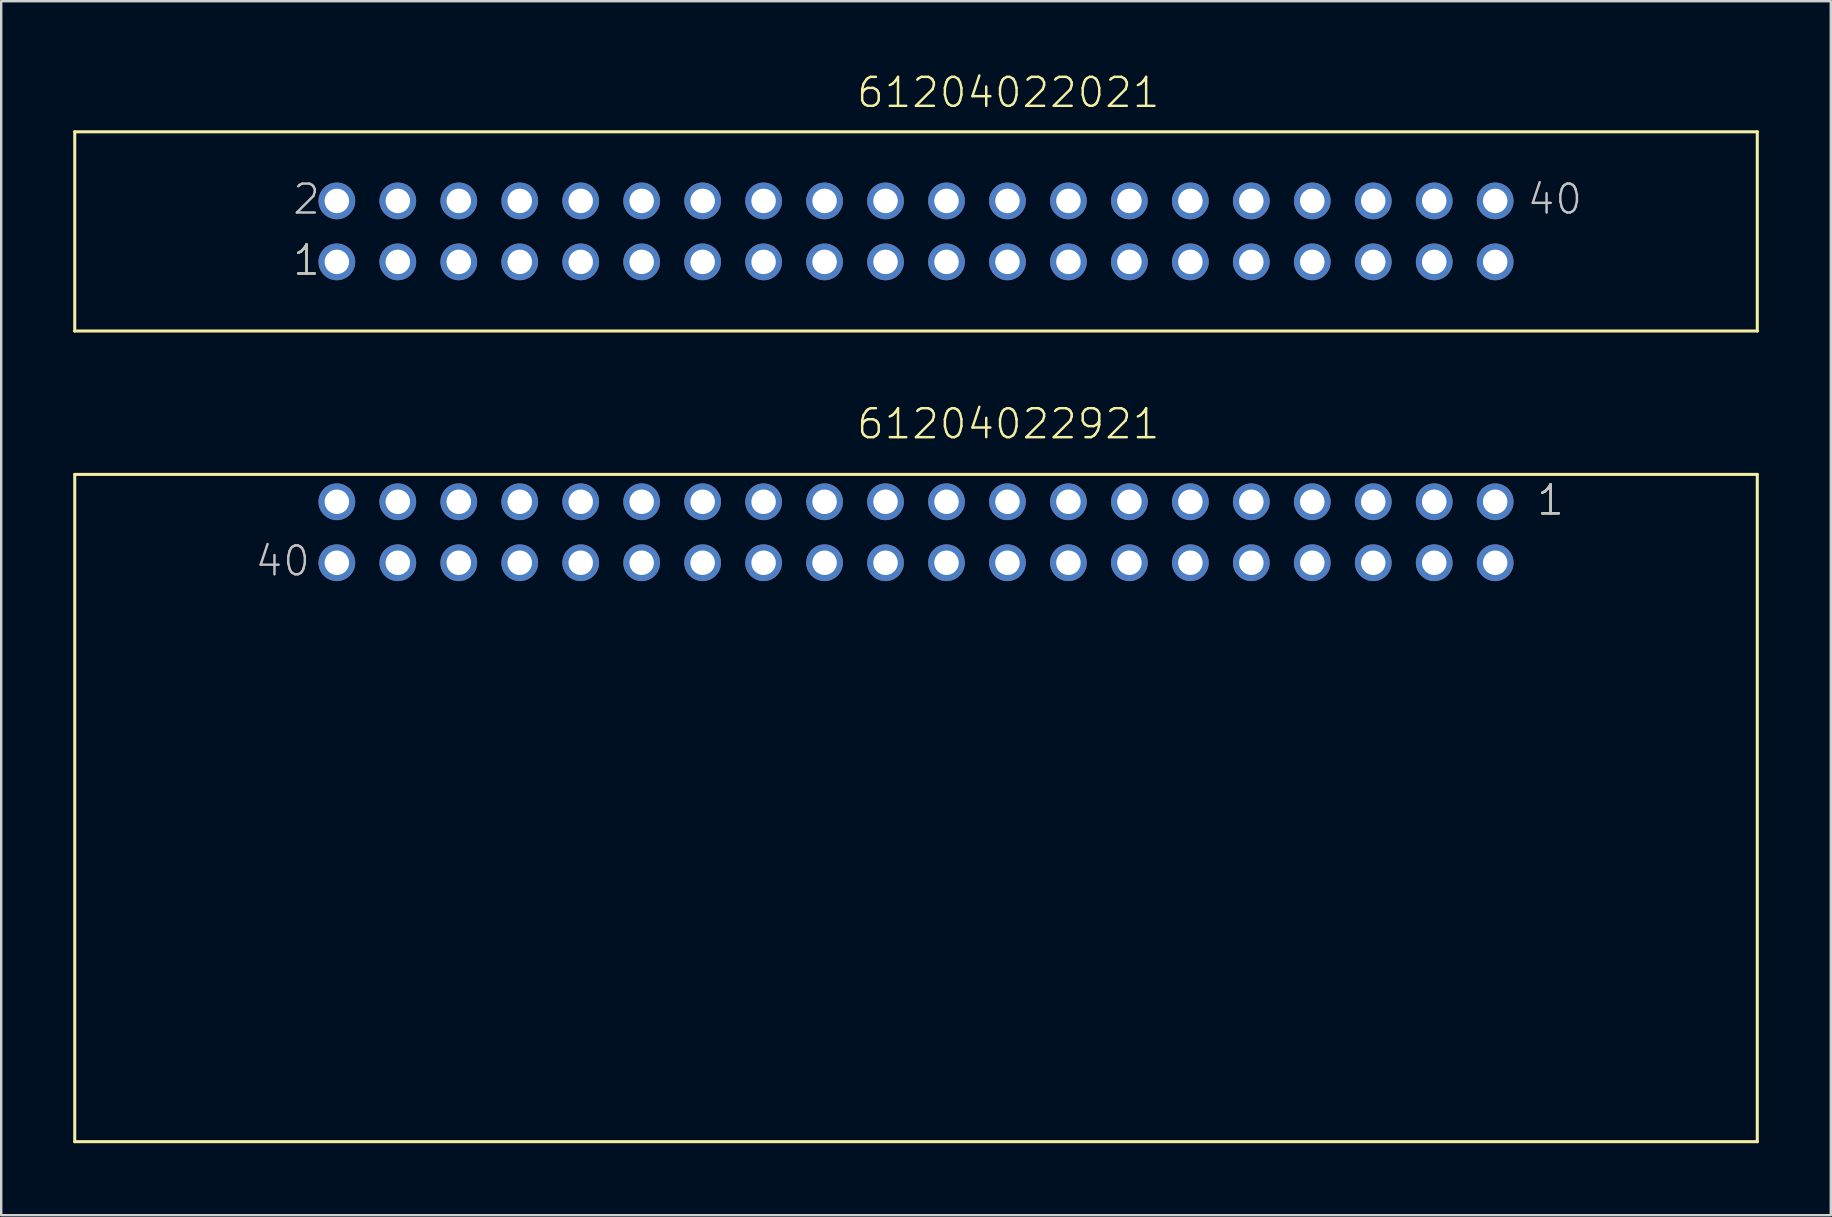
<source format=kicad_pcb>
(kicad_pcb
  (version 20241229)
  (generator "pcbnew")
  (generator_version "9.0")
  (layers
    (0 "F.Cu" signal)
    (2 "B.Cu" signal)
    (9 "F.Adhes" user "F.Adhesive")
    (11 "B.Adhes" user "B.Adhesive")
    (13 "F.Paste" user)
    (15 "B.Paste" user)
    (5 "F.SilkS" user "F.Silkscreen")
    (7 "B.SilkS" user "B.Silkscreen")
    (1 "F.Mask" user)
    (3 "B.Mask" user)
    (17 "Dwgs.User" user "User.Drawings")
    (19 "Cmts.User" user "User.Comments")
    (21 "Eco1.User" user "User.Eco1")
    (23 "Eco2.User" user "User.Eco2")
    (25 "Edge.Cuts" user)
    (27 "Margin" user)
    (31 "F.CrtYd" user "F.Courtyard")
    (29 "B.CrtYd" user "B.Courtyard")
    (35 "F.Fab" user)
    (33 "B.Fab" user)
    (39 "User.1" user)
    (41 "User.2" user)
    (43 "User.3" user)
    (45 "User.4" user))
  (footprint "61204022921"
    (layer "F.Cu")
    (at 35.114 19.126)
    (property "Reference" "61204022921" (at -2.54 -3.81 0) (layer "F.SilkS") (effects (font (size 1.206 1.206) (thickness 0.102)) (justify left bottom)))
    (attr through_hole)
    (fp_line (start -35.05 -2.41) (end -35.05 25.39) (stroke (width 0.127) (type solid)) (layer "F.SilkS"))
    (fp_line (start -35.05 -2.41) (end 35.05 -2.41) (stroke (width 0.127) (type solid)) (layer "F.SilkS"))
    (fp_line (start -35.05 25.39) (end 35.05 25.39) (stroke (width 0.127) (type solid)) (layer "F.SilkS"))
    (fp_line (start 35.05 -2.41) (end 35.05 25.39) (stroke (width 0.127) (type solid)) (layer "F.SilkS"))
    (fp_text user "1" (at 25.795 -0.635 0) (layer "F.SilkS") (effects (font (size 1.206 1.206) (thickness 0.102)) (justify left bottom)))
    (fp_text user "40" (at -27.6 1.905 0) (layer "Dwgs.User") (effects (font (size 1.206 1.206) (thickness 0.102)) (justify left bottom)))
    (fp_text user "1" (at 25.795 -0.635 0) (layer "Dwgs.User") (effects (font (size 1.206 1.206) (thickness 0.102)) (justify left bottom)))
    (pad "1" thru_hole circle (at 24.13 -1.27) (size 1.53 1.53) (drill 1.02) (layers "*.Cu" "*.Mask"))
    (pad "2" thru_hole circle (at 24.13 1.27) (size 1.53 1.53) (drill 1.02) (layers "*.Cu" "*.Mask"))
    (pad "3" thru_hole circle (at 21.59 -1.27) (size 1.53 1.53) (drill 1.02) (layers "*.Cu" "*.Mask"))
    (pad "4" thru_hole circle (at 21.59 1.27) (size 1.53 1.53) (drill 1.02) (layers "*.Cu" "*.Mask"))
    (pad "5" thru_hole circle (at 19.05 -1.27) (size 1.53 1.53) (drill 1.02) (layers "*.Cu" "*.Mask"))
    (pad "6" thru_hole circle (at 19.05 1.27) (size 1.53 1.53) (drill 1.02) (layers "*.Cu" "*.Mask"))
    (pad "7" thru_hole circle (at 16.51 -1.27) (size 1.53 1.53) (drill 1.02) (layers "*.Cu" "*.Mask"))
    (pad "8" thru_hole circle (at 16.51 1.27) (size 1.53 1.53) (drill 1.02) (layers "*.Cu" "*.Mask"))
    (pad "9" thru_hole circle (at 13.97 -1.27) (size 1.53 1.53) (drill 1.02) (layers "*.Cu" "*.Mask"))
    (pad "10" thru_hole circle (at 13.97 1.27) (size 1.53 1.53) (drill 1.02) (layers "*.Cu" "*.Mask"))
    (pad "11" thru_hole circle (at 11.43 -1.27) (size 1.53 1.53) (drill 1.02) (layers "*.Cu" "*.Mask"))
    (pad "12" thru_hole circle (at 11.43 1.27) (size 1.53 1.53) (drill 1.02) (layers "*.Cu" "*.Mask"))
    (pad "13" thru_hole circle (at 8.89 -1.27) (size 1.53 1.53) (drill 1.02) (layers "*.Cu" "*.Mask"))
    (pad "14" thru_hole circle (at 8.89 1.27) (size 1.53 1.53) (drill 1.02) (layers "*.Cu" "*.Mask"))
    (pad "15" thru_hole circle (at 6.35 -1.27) (size 1.53 1.53) (drill 1.02) (layers "*.Cu" "*.Mask"))
    (pad "16" thru_hole circle (at 6.35 1.27) (size 1.53 1.53) (drill 1.02) (layers "*.Cu" "*.Mask"))
    (pad "17" thru_hole circle (at 3.81 -1.27) (size 1.53 1.53) (drill 1.02) (layers "*.Cu" "*.Mask"))
    (pad "18" thru_hole circle (at 3.81 1.27) (size 1.53 1.53) (drill 1.02) (layers "*.Cu" "*.Mask"))
    (pad "19" thru_hole circle (at 1.27 -1.27) (size 1.53 1.53) (drill 1.02) (layers "*.Cu" "*.Mask"))
    (pad "20" thru_hole circle (at 1.27 1.27) (size 1.53 1.53) (drill 1.02) (layers "*.Cu" "*.Mask"))
    (pad "21" thru_hole circle (at -1.27 -1.27) (size 1.53 1.53) (drill 1.02) (layers "*.Cu" "*.Mask"))
    (pad "22" thru_hole circle (at -1.27 1.27) (size 1.53 1.53) (drill 1.02) (layers "*.Cu" "*.Mask"))
    (pad "23" thru_hole circle (at -3.81 -1.27) (size 1.53 1.53) (drill 1.02) (layers "*.Cu" "*.Mask"))
    (pad "24" thru_hole circle (at -3.81 1.27) (size 1.53 1.53) (drill 1.02) (layers "*.Cu" "*.Mask"))
    (pad "25" thru_hole circle (at -6.35 -1.27) (size 1.53 1.53) (drill 1.02) (layers "*.Cu" "*.Mask"))
    (pad "26" thru_hole circle (at -6.35 1.27) (size 1.53 1.53) (drill 1.02) (layers "*.Cu" "*.Mask"))
    (pad "27" thru_hole circle (at -8.89 -1.27) (size 1.53 1.53) (drill 1.02) (layers "*.Cu" "*.Mask"))
    (pad "28" thru_hole circle (at -8.89 1.27) (size 1.53 1.53) (drill 1.02) (layers "*.Cu" "*.Mask"))
    (pad "29" thru_hole circle (at -11.43 -1.27) (size 1.53 1.53) (drill 1.02) (layers "*.Cu" "*.Mask"))
    (pad "30" thru_hole circle (at -11.43 1.27) (size 1.53 1.53) (drill 1.02) (layers "*.Cu" "*.Mask"))
    (pad "31" thru_hole circle (at -13.97 -1.27) (size 1.53 1.53) (drill 1.02) (layers "*.Cu" "*.Mask"))
    (pad "32" thru_hole circle (at -13.97 1.27) (size 1.53 1.53) (drill 1.02) (layers "*.Cu" "*.Mask"))
    (pad "33" thru_hole circle (at -16.51 -1.27) (size 1.53 1.53) (drill 1.02) (layers "*.Cu" "*.Mask"))
    (pad "34" thru_hole circle (at -16.51 1.27) (size 1.53 1.53) (drill 1.02) (layers "*.Cu" "*.Mask"))
    (pad "35" thru_hole circle (at -19.05 -1.27) (size 1.53 1.53) (drill 1.02) (layers "*.Cu" "*.Mask"))
    (pad "36" thru_hole circle (at -19.05 1.27) (size 1.53 1.53) (drill 1.02) (layers "*.Cu" "*.Mask"))
    (pad "37" thru_hole circle (at -21.59 -1.27) (size 1.53 1.53) (drill 1.02) (layers "*.Cu" "*.Mask"))
    (pad "38" thru_hole circle (at -21.59 1.27) (size 1.53 1.53) (drill 1.02) (layers "*.Cu" "*.Mask"))
    (pad "39" thru_hole circle (at -24.13 -1.27) (size 1.53 1.53) (drill 1.02) (layers "*.Cu" "*.Mask"))
    (pad "40" thru_hole circle (at -24.13 1.27) (size 1.53 1.53) (drill 1.02) (layers "*.Cu" "*.Mask")))
  (footprint "61204022021"
    (layer "F.Cu")
    (at 35.114 6.591)
    (property "Reference" "61204022021" (at -2.54 -5.08 0) (layer "F.SilkS") (effects (font (size 1.206 1.206) (thickness 0.102)) (justify left bottom)))
    (attr through_hole)
    (fp_line (start -35.05 -4.15) (end 35.05 -4.15) (stroke (width 0.127) (type solid)) (layer "F.SilkS"))
    (fp_line (start -35.05 4.15) (end -35.05 -4.15) (stroke (width 0.127) (type solid)) (layer "F.SilkS"))
    (fp_line (start 35.05 -4.15) (end 35.05 4.15) (stroke (width 0.127) (type solid)) (layer "F.SilkS"))
    (fp_line (start 35.05 4.15) (end -35.05 4.15) (stroke (width 0.127) (type solid)) (layer "F.SilkS"))
    (fp_text user "1" (at -26.035 1.905 0) (layer "F.SilkS") (effects (font (size 1.206 1.206) (thickness 0.102)) (justify left bottom)))
    (fp_text user "1" (at -26.035 1.905 0) (layer "Dwgs.User") (effects (font (size 1.206 1.206) (thickness 0.102)) (justify left bottom)))
    (fp_text user "40" (at 25.4 -0.635 0) (layer "Dwgs.User") (effects (font (size 1.206 1.206) (thickness 0.102)) (justify left bottom)))
    (fp_text user "2" (at -26.035 -0.635 0) (layer "Dwgs.User") (effects (font (size 1.206 1.206) (thickness 0.102)) (justify left bottom)))
    (pad "1" thru_hole circle (at -24.13 1.27 180) (size 1.53 1.53) (drill 1.02) (layers "*.Cu" "*.Mask"))
    (pad "2" thru_hole circle (at -24.13 -1.27 180) (size 1.53 1.53) (drill 1.02) (layers "*.Cu" "*.Mask"))
    (pad "3" thru_hole circle (at -21.59 1.27 180) (size 1.53 1.53) (drill 1.02) (layers "*.Cu" "*.Mask"))
    (pad "4" thru_hole circle (at -21.59 -1.27 180) (size 1.53 1.53) (drill 1.02) (layers "*.Cu" "*.Mask"))
    (pad "5" thru_hole circle (at -19.05 1.27 180) (size 1.53 1.53) (drill 1.02) (layers "*.Cu" "*.Mask"))
    (pad "6" thru_hole circle (at -19.05 -1.27 180) (size 1.53 1.53) (drill 1.02) (layers "*.Cu" "*.Mask"))
    (pad "7" thru_hole circle (at -16.51 1.27 180) (size 1.53 1.53) (drill 1.02) (layers "*.Cu" "*.Mask"))
    (pad "8" thru_hole circle (at -16.51 -1.27 180) (size 1.53 1.53) (drill 1.02) (layers "*.Cu" "*.Mask"))
    (pad "9" thru_hole circle (at -13.97 1.27 180) (size 1.53 1.53) (drill 1.02) (layers "*.Cu" "*.Mask"))
    (pad "10" thru_hole circle (at -13.97 -1.27 180) (size 1.53 1.53) (drill 1.02) (layers "*.Cu" "*.Mask"))
    (pad "11" thru_hole circle (at -11.43 1.27 180) (size 1.53 1.53) (drill 1.02) (layers "*.Cu" "*.Mask"))
    (pad "12" thru_hole circle (at -11.43 -1.27 180) (size 1.53 1.53) (drill 1.02) (layers "*.Cu" "*.Mask"))
    (pad "13" thru_hole circle (at -8.89 1.27 180) (size 1.53 1.53) (drill 1.02) (layers "*.Cu" "*.Mask"))
    (pad "14" thru_hole circle (at -8.89 -1.27 180) (size 1.53 1.53) (drill 1.02) (layers "*.Cu" "*.Mask"))
    (pad "15" thru_hole circle (at -6.35 1.27 180) (size 1.53 1.53) (drill 1.02) (layers "*.Cu" "*.Mask"))
    (pad "16" thru_hole circle (at -6.35 -1.27 180) (size 1.53 1.53) (drill 1.02) (layers "*.Cu" "*.Mask"))
    (pad "17" thru_hole circle (at -3.81 1.27 180) (size 1.53 1.53) (drill 1.02) (layers "*.Cu" "*.Mask"))
    (pad "18" thru_hole circle (at -3.81 -1.27 180) (size 1.53 1.53) (drill 1.02) (layers "*.Cu" "*.Mask"))
    (pad "19" thru_hole circle (at -1.27 1.27 180) (size 1.53 1.53) (drill 1.02) (layers "*.Cu" "*.Mask"))
    (pad "20" thru_hole circle (at -1.27 -1.27 180) (size 1.53 1.53) (drill 1.02) (layers "*.Cu" "*.Mask"))
    (pad "21" thru_hole circle (at 1.27 1.27 180) (size 1.53 1.53) (drill 1.02) (layers "*.Cu" "*.Mask"))
    (pad "22" thru_hole circle (at 1.27 -1.27 180) (size 1.53 1.53) (drill 1.02) (layers "*.Cu" "*.Mask"))
    (pad "23" thru_hole circle (at 3.81 1.27 180) (size 1.53 1.53) (drill 1.02) (layers "*.Cu" "*.Mask"))
    (pad "24" thru_hole circle (at 3.81 -1.27 180) (size 1.53 1.53) (drill 1.02) (layers "*.Cu" "*.Mask"))
    (pad "25" thru_hole circle (at 6.35 1.27 180) (size 1.53 1.53) (drill 1.02) (layers "*.Cu" "*.Mask"))
    (pad "26" thru_hole circle (at 6.35 -1.27 180) (size 1.53 1.53) (drill 1.02) (layers "*.Cu" "*.Mask"))
    (pad "27" thru_hole circle (at 8.89 1.27 180) (size 1.53 1.53) (drill 1.02) (layers "*.Cu" "*.Mask"))
    (pad "28" thru_hole circle (at 8.89 -1.27 180) (size 1.53 1.53) (drill 1.02) (layers "*.Cu" "*.Mask"))
    (pad "29" thru_hole circle (at 11.43 1.27 180) (size 1.53 1.53) (drill 1.02) (layers "*.Cu" "*.Mask"))
    (pad "30" thru_hole circle (at 11.43 -1.27 180) (size 1.53 1.53) (drill 1.02) (layers "*.Cu" "*.Mask"))
    (pad "31" thru_hole circle (at 13.97 1.27 180) (size 1.53 1.53) (drill 1.02) (layers "*.Cu" "*.Mask"))
    (pad "32" thru_hole circle (at 13.97 -1.27 180) (size 1.53 1.53) (drill 1.02) (layers "*.Cu" "*.Mask"))
    (pad "33" thru_hole circle (at 16.51 1.27 180) (size 1.53 1.53) (drill 1.02) (layers "*.Cu" "*.Mask"))
    (pad "34" thru_hole circle (at 16.51 -1.27 180) (size 1.53 1.53) (drill 1.02) (layers "*.Cu" "*.Mask"))
    (pad "35" thru_hole circle (at 19.05 1.27 180) (size 1.53 1.53) (drill 1.02) (layers "*.Cu" "*.Mask"))
    (pad "36" thru_hole circle (at 19.05 -1.27 180) (size 1.53 1.53) (drill 1.02) (layers "*.Cu" "*.Mask"))
    (pad "37" thru_hole circle (at 21.59 1.27 180) (size 1.53 1.53) (drill 1.02) (layers "*.Cu" "*.Mask"))
    (pad "38" thru_hole circle (at 21.59 -1.27 180) (size 1.53 1.53) (drill 1.02) (layers "*.Cu" "*.Mask"))
    (pad "39" thru_hole circle (at 24.13 1.27 180) (size 1.53 1.53) (drill 1.02) (layers "*.Cu" "*.Mask"))
    (pad "40" thru_hole circle (at 24.13 -1.27 180) (size 1.53 1.53) (drill 1.02) (layers "*.Cu" "*.Mask")))
  (gr_rect
    (start -3 -3)
    (end 73.227 47.58)
    (stroke (width 0.1) (type default))
    (fill no)
    (layer "Edge.Cuts")))
</source>
